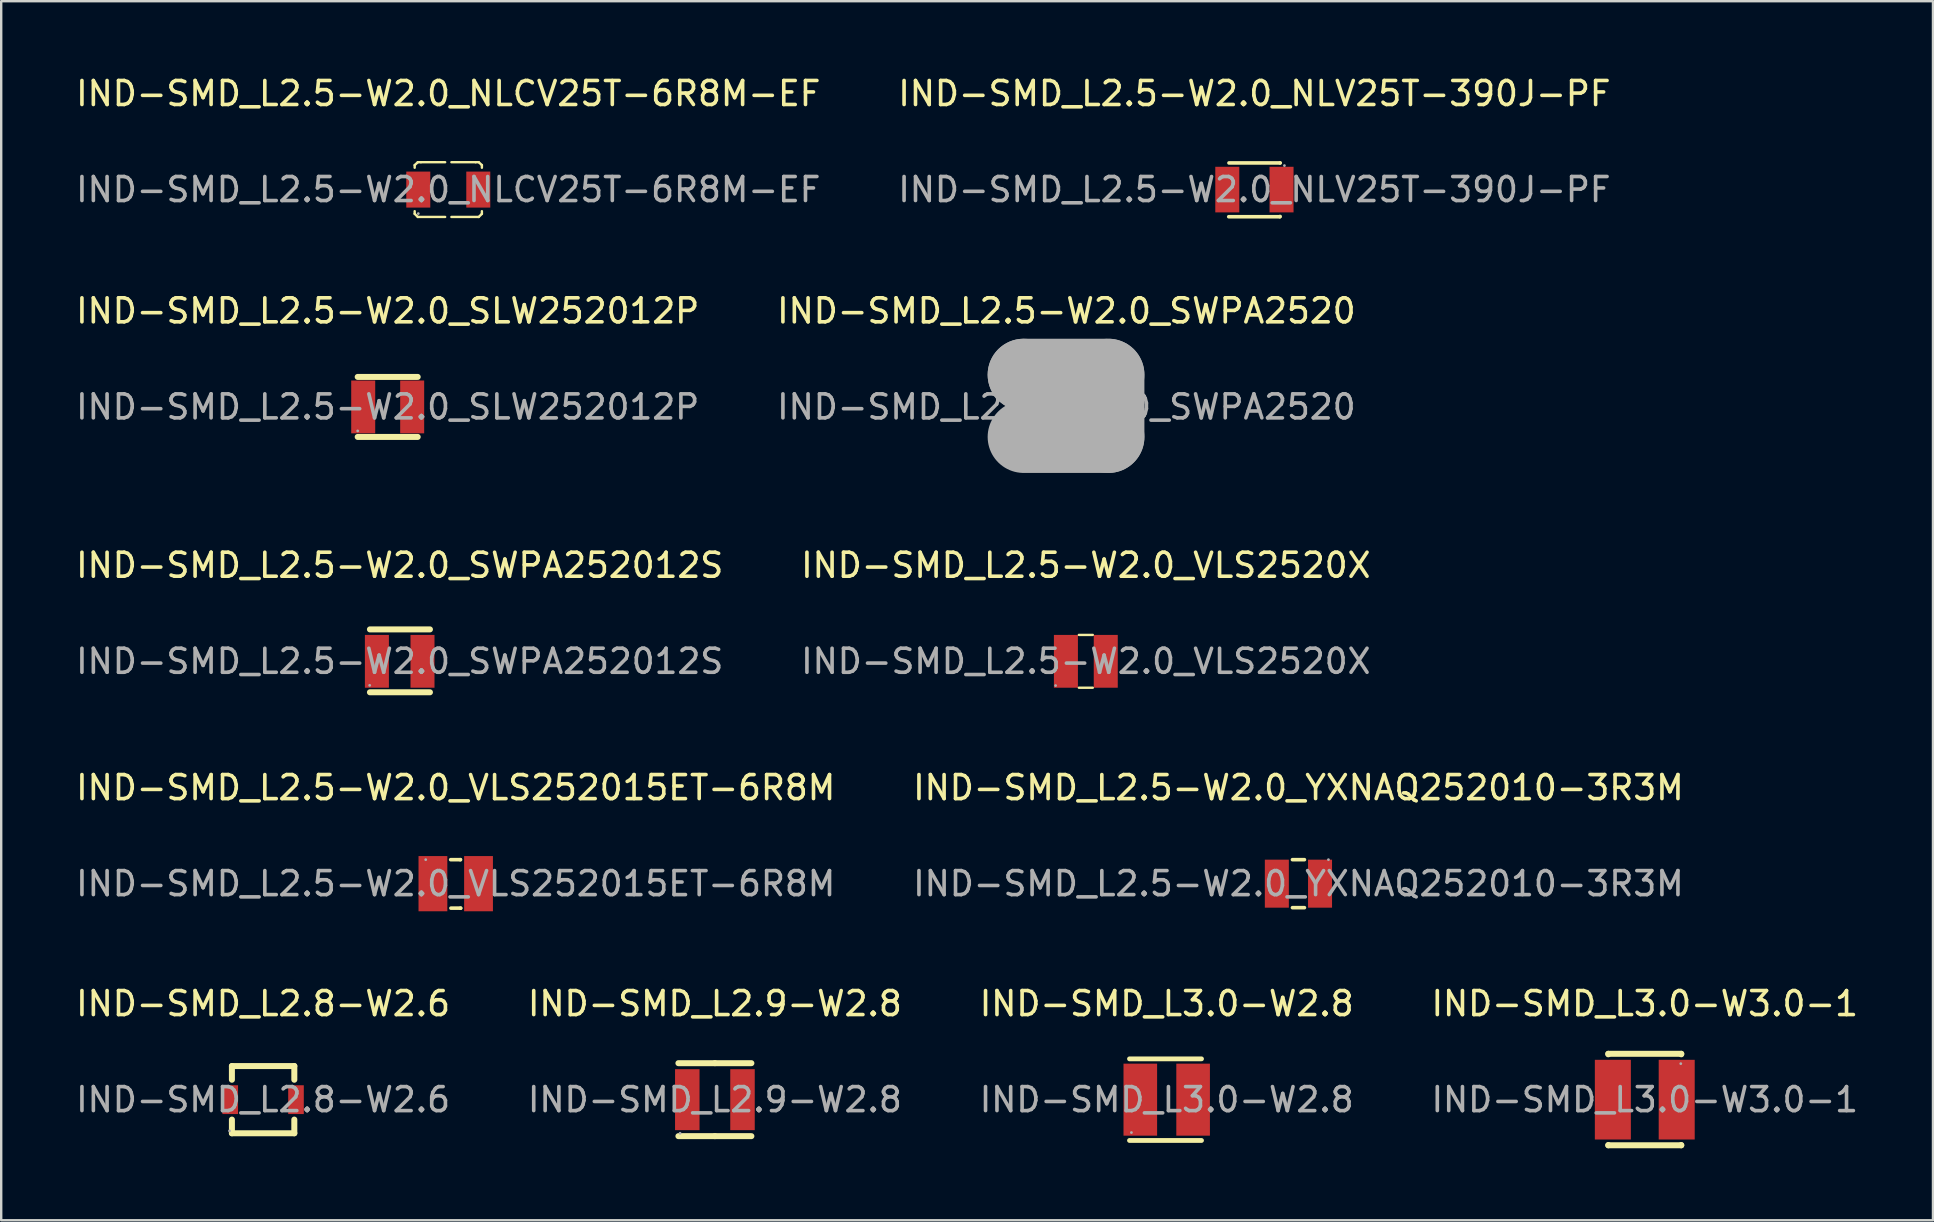
<source format=kicad_pcb>
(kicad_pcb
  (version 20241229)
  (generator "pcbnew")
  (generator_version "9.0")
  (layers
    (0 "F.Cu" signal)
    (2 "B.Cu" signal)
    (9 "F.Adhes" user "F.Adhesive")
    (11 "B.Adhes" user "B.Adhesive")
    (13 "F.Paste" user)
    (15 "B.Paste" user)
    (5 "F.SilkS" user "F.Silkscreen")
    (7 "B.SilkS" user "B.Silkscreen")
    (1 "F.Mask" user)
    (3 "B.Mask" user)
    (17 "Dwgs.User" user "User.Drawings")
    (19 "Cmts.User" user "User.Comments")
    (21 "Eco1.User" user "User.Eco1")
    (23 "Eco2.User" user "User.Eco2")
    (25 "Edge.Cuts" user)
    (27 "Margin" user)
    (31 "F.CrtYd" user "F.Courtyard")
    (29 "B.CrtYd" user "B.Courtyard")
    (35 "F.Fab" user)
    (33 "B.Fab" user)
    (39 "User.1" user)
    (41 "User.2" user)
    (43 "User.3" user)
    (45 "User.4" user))
  (footprint "IND-SMD_L3.0-W2.8"
    (layer "F.Cu")
    (at 45.554 42.761)
    (property "Reference" "IND-SMD_L3.0-W2.8" (at 0 -4 0) (layer "F.SilkS") (effects (font (size 1 1) (thickness 0.15))))
    (attr through_hole)
    (fp_line (start -1.55 -1.7) (end 1.45 -1.7) (stroke (width 0.2) (type solid)) (layer "F.SilkS"))
    (fp_line (start -1.55 1.7) (end 1.45 1.7) (stroke (width 0.2) (type solid)) (layer "F.SilkS"))
    (fp_circle (center -1.47 1.37) (end -1.44 1.37) (stroke (width 0.06) (type solid)) (fill no) (layer "F.Fab"))
    (fp_text user "${REFERENCE}" (at 0 0 0) (layer "F.Fab") (effects (font (size 1 1) (thickness 0.15))))
    (pad "1" smd rect (at -1.1 0) (size 1.4 3) (layers "F.Cu" "F.Mask" "F.Paste"))
    (pad "2" smd rect (at 1.1 0) (size 1.4 3) (layers "F.Cu" "F.Mask" "F.Paste")))
  (footprint "IND-SMD_L2.8-W2.6"
    (layer "F.Cu")
    (at 7.911 42.761)
    (property "Reference" "IND-SMD_L2.8-W2.6" (at 0 -4 0) (layer "F.SilkS") (effects (font (size 1 1) (thickness 0.15))))
    (attr through_hole)
    (fp_line (start -1.3 -1.4) (end -1.3 -0.83) (stroke (width 0.25) (type solid)) (layer "F.SilkS"))
    (fp_line (start -1.3 -1.4) (end 1.3 -1.4) (stroke (width 0.25) (type solid)) (layer "F.SilkS"))
    (fp_line (start -1.3 0.83) (end -1.3 1.4) (stroke (width 0.25) (type solid)) (layer "F.SilkS"))
    (fp_line (start 1.3 -0.83) (end 1.3 -1.4) (stroke (width 0.25) (type solid)) (layer "F.SilkS"))
    (fp_line (start 1.3 1.4) (end -1.3 1.4) (stroke (width 0.25) (type solid)) (layer "F.SilkS"))
    (fp_line (start 1.3 1.4) (end 1.3 0.83) (stroke (width 0.25) (type solid)) (layer "F.SilkS"))
    (fp_circle (center -1.4 1.3) (end -1.37 1.3) (stroke (width 0.06) (type solid)) (fill no) (layer "F.Fab"))
    (fp_text user "${REFERENCE}" (at 0 0 0) (layer "F.Fab") (effects (font (size 1 1) (thickness 0.15))))
    (pad "1" smd rect (at -1.37 0) (size 0.65 1.2) (layers "F.Cu" "F.Mask" "F.Paste"))
    (pad "2" smd rect (at 1.37 0) (size 0.65 1.2) (layers "F.Cu" "F.Mask" "F.Paste")))
  (footprint "IND-SMD_L2.5-W2.0_VLS252015ET-6R8M"
    (layer "F.Cu")
    (at 15.935 33.763)
    (property "Reference" "IND-SMD_L2.5-W2.0_VLS252015ET-6R8M" (at 0 -4 0) (layer "F.SilkS") (effects (font (size 1 1) (thickness 0.15))))
    (attr through_hole)
    (fp_line (start -0.21 -1) (end 0.19 -1) (stroke (width 0.15) (type solid)) (layer "F.SilkS"))
    (fp_line (start -0.2 1.02) (end 0.2 1.02) (stroke (width 0.15) (type solid)) (layer "F.SilkS"))
    (fp_line (start 0.19 -1) (end 0.2 -1) (stroke (width 0.15) (type solid)) (layer "F.SilkS"))
    (fp_line (start 0.2 1.02) (end 0.21 1.02) (stroke (width 0.15) (type solid)) (layer "F.SilkS"))
    (fp_circle (center -1.25 -1) (end -1.22 -1) (stroke (width 0.06) (type solid)) (fill no) (layer "F.Fab"))
    (fp_text user "${REFERENCE}" (at 0 0 0) (layer "F.Fab") (effects (font (size 1 1) (thickness 0.15))))
    (pad "1" smd rect (at -0.95 0) (size 1.2 2.3) (layers "F.Cu" "F.Mask" "F.Paste"))
    (pad "2" smd rect (at 0.95 0) (size 1.2 2.3) (layers "F.Cu" "F.Mask" "F.Paste")))
  (footprint "IND-SMD_L3.0-W3.0-1"
    (layer "F.Cu")
    (at 65.47 42.761)
    (property "Reference" "IND-SMD_L3.0-W3.0-1" (at 0 -4 0) (layer "F.SilkS") (effects (font (size 1 1) (thickness 0.15))))
    (attr through_hole)
    (fp_line (start -1.52 -1.91) (end 1.52 -1.91) (stroke (width 0.25) (type solid)) (layer "F.SilkS"))
    (fp_line (start -1.52 -1.89) (end -1.52 -1.91) (stroke (width 0.25) (type solid)) (layer "F.SilkS"))
    (fp_line (start -1.52 1.9) (end -1.52 1.89) (stroke (width 0.25) (type solid)) (layer "F.SilkS"))
    (fp_line (start -1.52 1.9) (end 1.52 1.9) (stroke (width 0.25) (type solid)) (layer "F.SilkS"))
    (fp_line (start 1.52 -1.91) (end 1.52 -1.89) (stroke (width 0.25) (type solid)) (layer "F.SilkS"))
    (fp_line (start 1.52 1.89) (end 1.52 1.9) (stroke (width 0.25) (type solid)) (layer "F.SilkS"))
    (fp_circle (center 1.5 -1.5) (end 1.53 -1.5) (stroke (width 0.06) (type solid)) (fill no) (layer "F.Fab"))
    (fp_text user "${REFERENCE}" (at 0 0 0) (layer "F.Fab") (effects (font (size 1 1) (thickness 0.15))))
    (pad "1" smd rect (at 1.33 0) (size 1.5 3.32) (layers "F.Cu" "F.Mask" "F.Paste"))
    (pad "2" smd rect (at -1.33 0) (size 1.5 3.32) (layers "F.Cu" "F.Mask" "F.Paste")))
  (footprint "IND-SMD_L2.5-W2.0_SLW252012P"
    (layer "F.Cu")
    (at 13.101 13.902)
    (property "Reference" "IND-SMD_L2.5-W2.0_SLW252012P" (at 0 -4 0) (layer "F.SilkS") (effects (font (size 1 1) (thickness 0.15))))
    (attr through_hole)
    (fp_line (start -1.25 -1.25) (end 1.25 -1.25) (stroke (width 0.25) (type solid)) (layer "F.SilkS"))
    (fp_line (start -1.25 1.25) (end 1.25 1.25) (stroke (width 0.25) (type solid)) (layer "F.SilkS"))
    (fp_circle (center -1.25 1) (end -1.22 1) (stroke (width 0.06) (type solid)) (fill no) (layer "F.Fab"))
    (fp_text user "${REFERENCE}" (at 0 0 0) (layer "F.Fab") (effects (font (size 1 1) (thickness 0.15))))
    (pad "1" smd rect (at -1.02 0) (size 1 2.2) (layers "F.Cu" "F.Mask" "F.Paste"))
    (pad "2" smd rect (at 1.02 0) (size 1 2.2) (layers "F.Cu" "F.Mask" "F.Paste")))
  (footprint "IND-SMD_L2.5-W2.0_VLS2520X"
    (layer "F.Cu")
    (at 42.185 24.5)
    (property "Reference" "IND-SMD_L2.5-W2.0_VLS2520X" (at 0 -4 0) (layer "F.SilkS") (effects (font (size 1 1) (thickness 0.15))))
    (attr through_hole)
    (fp_line (start -0.29 -1.1) (end 0.29 -1.1) (stroke (width 0.1) (type solid)) (layer "F.SilkS"))
    (fp_line (start 0.29 1.1) (end -0.29 1.1) (stroke (width 0.1) (type solid)) (layer "F.SilkS"))
    (fp_circle (center -1.26 1.01) (end -1.23 1.01) (stroke (width 0.06) (type solid)) (fill no) (layer "F.Fab"))
    (fp_text user "${REFERENCE}" (at 0 0 0) (layer "F.Fab") (effects (font (size 1 1) (thickness 0.15))))
    (pad "1" smd rect (at -0.83 0) (size 1 2.2) (layers "F.Cu" "F.Mask" "F.Paste"))
    (pad "2" smd rect (at 0.83 0) (size 1 2.2) (layers "F.Cu" "F.Mask" "F.Paste")))
  (footprint "IND-SMD_L2.5-W2.0_SWPA2520"
    (layer "F.Cu")
    (at 41.375 13.902)
    (property "Reference" "IND-SMD_L2.5-W2.0_SWPA2520" (at 0 -4 0) (layer "F.SilkS") (effects (font (size 1 1) (thickness 0.15))))
    (attr through_hole)
    (fp_line (start -1.78 -1.34) (end -1.78 -1.34) (stroke (width 3) (type solid)) (layer "F.Fab"))
    (fp_line (start -1.78 -1.34) (end 1.75 -1.34) (stroke (width 3) (type solid)) (layer "F.Fab"))
    (fp_line (start 1.75 -1.34) (end 1.75 1.25) (stroke (width 3) (type solid)) (layer "F.Fab"))
    (fp_line (start 1.75 1.25) (end -1.78 1.25) (stroke (width 3) (type solid)) (layer "F.Fab"))
    (fp_circle (center -1.25 1) (end -1.22 1) (stroke (width 0.06) (type solid)) (fill no) (layer "F.Fab"))
    (fp_text user "${REFERENCE}" (at 0 0 0) (layer "F.Fab") (effects (font (size 1 1) (thickness 0.15))))
    (pad "1" smd rect (at -0.9 0 270) (size 2 1.2) (layers "F.Cu" "F.Mask" "F.Paste"))
    (pad "2" smd rect (at 0.9 0 270) (size 2 1.2) (layers "F.Cu" "F.Mask" "F.Paste")))
  (footprint "IND-SMD_L2.5-W2.0_YXNAQ252010-3R3M"
    (layer "F.Cu")
    (at 51.042 33.763)
    (property "Reference" "IND-SMD_L2.5-W2.0_YXNAQ252010-3R3M" (at 0 -4 0) (layer "F.SilkS") (effects (font (size 1 1) (thickness 0.15))))
    (attr through_hole)
    (fp_line (start -0.25 -1) (end 0.25 -1) (stroke (width 0.15) (type solid)) (layer "F.SilkS"))
    (fp_line (start -0.25 1) (end 0.25 1) (stroke (width 0.15) (type solid)) (layer "F.SilkS"))
    (fp_circle (center 1.25 -1) (end 1.28 -1) (stroke (width 0.06) (type solid)) (fill no) (layer "F.Fab"))
    (fp_text user "${REFERENCE}" (at 0 0 0) (layer "F.Fab") (effects (font (size 1 1) (thickness 0.15))))
    (pad "1" smd rect (at 0.9 0) (size 1 2) (layers "F.Cu" "F.Mask" "F.Paste"))
    (pad "2" smd rect (at -0.9 0) (size 1 2) (layers "F.Cu" "F.Mask" "F.Paste")))
  (footprint "IND-SMD_L2.5-W2.0_SWPA252012S"
    (layer "F.Cu")
    (at 13.601 24.5)
    (property "Reference" "IND-SMD_L2.5-W2.0_SWPA252012S" (at 0 -4 0) (layer "F.SilkS") (effects (font (size 1 1) (thickness 0.15))))
    (attr through_hole)
    (fp_line (start -1.24 -1.33) (end 1.26 -1.33) (stroke (width 0.25) (type solid)) (layer "F.SilkS"))
    (fp_line (start -1.24 1.29) (end 1.26 1.29) (stroke (width 0.25) (type solid)) (layer "F.SilkS"))
    (fp_circle (center -1.25 1) (end -1.22 1) (stroke (width 0.06) (type solid)) (fill no) (layer "F.Fab"))
    (fp_text user "${REFERENCE}" (at 0 0 0) (layer "F.Fab") (effects (font (size 1 1) (thickness 0.15))))
    (pad "1" smd rect (at -0.95 0) (size 1 2.2) (layers "F.Cu" "F.Mask" "F.Paste"))
    (pad "2" smd rect (at 0.95 0) (size 1 2.2) (layers "F.Cu" "F.Mask" "F.Paste")))
  (footprint "IND-SMD_L2.5-W2.0_NLV25T-390J-PF"
    (layer "F.Cu")
    (at 49.208 4.848)
    (property "Reference" "IND-SMD_L2.5-W2.0_NLV25T-390J-PF" (at 0 -4 0) (layer "F.SilkS") (effects (font (size 1 1) (thickness 0.15))))
    (attr through_hole)
    (fp_line (start -1.07 1.13) (end 1.06 1.13) (stroke (width 0.15) (type solid)) (layer "F.SilkS"))
    (fp_line (start -1.06 -1.11) (end 1.07 -1.11) (stroke (width 0.15) (type solid)) (layer "F.SilkS"))
    (fp_line (start 1.06 1.13) (end 1.07 1.12) (stroke (width 0.15) (type solid)) (layer "F.SilkS"))
    (fp_line (start 1.07 -1.11) (end 1.07 -1.11) (stroke (width 0.15) (type solid)) (layer "F.SilkS"))
    (fp_circle (center 1.25 -1) (end 1.28 -1) (stroke (width 0.06) (type solid)) (fill no) (layer "F.Fab"))
    (fp_text user "${REFERENCE}" (at 0 0 0) (layer "F.Fab") (effects (font (size 1 1) (thickness 0.15))))
    (pad "1" smd rect (at 1.13 0) (size 1 1.9) (layers "F.Cu" "F.Mask" "F.Paste"))
    (pad "2" smd rect (at -1.13 0) (size 1 1.9) (layers "F.Cu" "F.Mask" "F.Paste")))
  (footprint "IND-SMD_L2.9-W2.8"
    (layer "F.Cu")
    (at 26.732 42.761)
    (property "Reference" "IND-SMD_L2.9-W2.8" (at 0 -4 0) (layer "F.SilkS") (effects (font (size 1 1) (thickness 0.15))))
    (attr through_hole)
    (fp_line (start -1.52 -1.52) (end 0 -1.52) (stroke (width 0.25) (type solid)) (layer "F.SilkS"))
    (fp_line (start 0 -1.52) (end 1.52 -1.52) (stroke (width 0.25) (type solid)) (layer "F.SilkS"))
    (fp_line (start 0 1.52) (end -1.52 1.52) (stroke (width 0.25) (type solid)) (layer "F.SilkS"))
    (fp_line (start 1.52 1.52) (end 0 1.52) (stroke (width 0.25) (type solid)) (layer "F.SilkS"))
    (fp_circle (center -1.45 1.4) (end -1.42 1.4) (stroke (width 0.06) (type solid)) (fill no) (layer "F.Fab"))
    (fp_text user "${REFERENCE}" (at 0 0 0) (layer "F.Fab") (effects (font (size 1 1) (thickness 0.15))))
    (pad "1" smd rect (at -1.15 0) (size 1.02 2.54) (layers "F.Cu" "F.Mask" "F.Paste"))
    (pad "2" smd rect (at 1.15 0) (size 1.02 2.54) (layers "F.Cu" "F.Mask" "F.Paste")))
  (footprint "IND-SMD_L2.5-W2.0_NLCV25T-6R8M-EF"
    (layer "F.Cu")
    (at 15.625 4.848)
    (property "Reference" "IND-SMD_L2.5-W2.0_NLCV25T-6R8M-EF" (at 0 -4 0) (layer "F.SilkS") (effects (font (size 1 1) (thickness 0.15))))
    (attr through_hole)
    (fp_line (start -1.4 -1.02) (end -1.4 -0.91) (stroke (width 0.1) (type solid)) (layer "F.SilkS"))
    (fp_line (start -1.4 0.9) (end -1.4 1.01) (stroke (width 0.1) (type solid)) (layer "F.SilkS"))
    (fp_line (start -1.4 1.01) (end -1.27 1.14) (stroke (width 0.1) (type solid)) (layer "F.SilkS"))
    (fp_line (start -1.27 -1.14) (end -1.4 -1.02) (stroke (width 0.1) (type solid)) (layer "F.SilkS"))
    (fp_line (start -1.27 1.14) (end -0.13 1.14) (stroke (width 0.1) (type solid)) (layer "F.SilkS"))
    (fp_line (start -1.14 -1.14) (end -1.27 -1.14) (stroke (width 0.1) (type solid)) (layer "F.SilkS"))
    (fp_line (start -0.13 -1.14) (end -1.14 -1.14) (stroke (width 0.1) (type solid)) (layer "F.SilkS"))
    (fp_line (start 0.13 -1.14) (end 1.14 -1.14) (stroke (width 0.1) (type solid)) (layer "F.SilkS"))
    (fp_line (start 1.14 -1.14) (end 1.27 -1.14) (stroke (width 0.1) (type solid)) (layer "F.SilkS"))
    (fp_line (start 1.27 -1.14) (end 1.4 -1.02) (stroke (width 0.1) (type solid)) (layer "F.SilkS"))
    (fp_line (start 1.27 1.14) (end 0.13 1.14) (stroke (width 0.1) (type solid)) (layer "F.SilkS"))
    (fp_line (start 1.4 -1.02) (end 1.4 -0.91) (stroke (width 0.1) (type solid)) (layer "F.SilkS"))
    (fp_line (start 1.4 0.9) (end 1.4 1.01) (stroke (width 0.1) (type solid)) (layer "F.SilkS"))
    (fp_line (start 1.4 1.01) (end 1.27 1.14) (stroke (width 0.1) (type solid)) (layer "F.SilkS"))
    (fp_circle (center -1.25 1) (end -1.22 1) (stroke (width 0.06) (type solid)) (fill no) (layer "F.Fab"))
    (fp_text user "${REFERENCE}" (at 0 0 0) (layer "F.Fab") (effects (font (size 1 1) (thickness 0.15))))
    (pad "1" smd rect (at -1.25 0) (size 1 1.5) (layers "F.Cu" "F.Mask" "F.Paste"))
    (pad "2" smd rect (at 1.25 0) (size 1 1.5) (layers "F.Cu" "F.Mask" "F.Paste")))
  (gr_rect
    (start -3 -3)
    (end 77.476 47.786)
    (stroke (width 0.1) (type default))
    (fill no)
    (layer "Edge.Cuts")))
</source>
